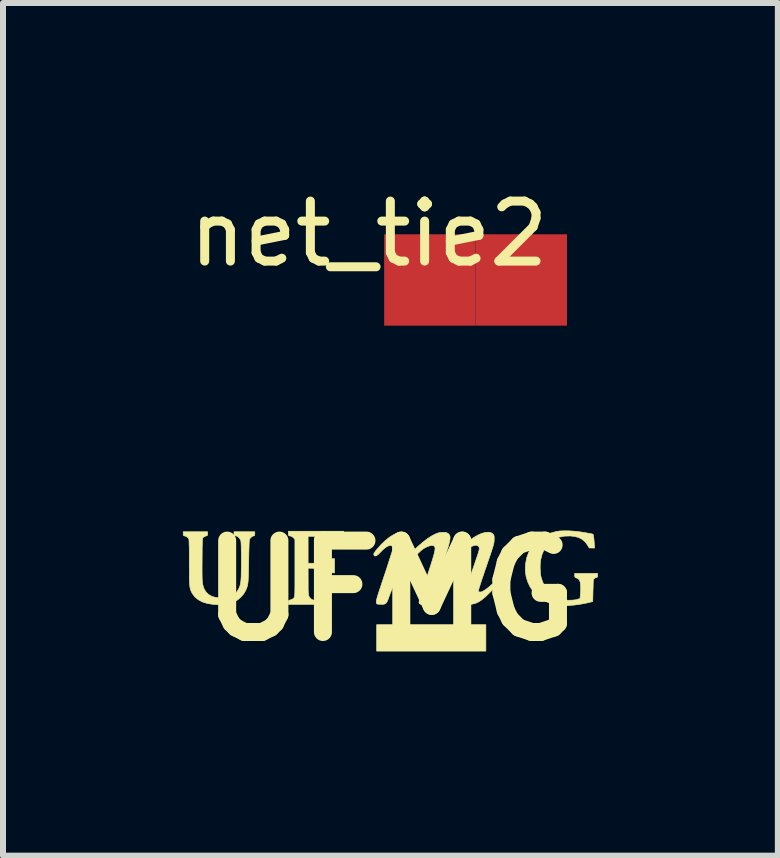
<source format=kicad_pcb>
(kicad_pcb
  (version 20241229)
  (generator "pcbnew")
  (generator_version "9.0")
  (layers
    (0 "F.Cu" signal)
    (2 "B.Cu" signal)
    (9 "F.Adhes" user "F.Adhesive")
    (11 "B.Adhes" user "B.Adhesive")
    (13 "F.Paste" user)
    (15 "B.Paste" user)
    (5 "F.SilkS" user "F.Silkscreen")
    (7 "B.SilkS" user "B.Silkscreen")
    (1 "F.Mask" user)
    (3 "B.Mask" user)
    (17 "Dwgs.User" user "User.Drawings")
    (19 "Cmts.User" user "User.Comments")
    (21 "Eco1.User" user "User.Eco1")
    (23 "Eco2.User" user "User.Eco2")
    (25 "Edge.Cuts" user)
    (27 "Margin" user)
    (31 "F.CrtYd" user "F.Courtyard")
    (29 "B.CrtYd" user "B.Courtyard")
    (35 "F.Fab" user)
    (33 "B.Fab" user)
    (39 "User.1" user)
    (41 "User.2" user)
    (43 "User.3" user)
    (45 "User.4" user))
  (footprint "net_tie2"
    (layer "F.Cu")
    (at 3.101 0.348)
    (property "Reference" "net_tie2" (at 0 0.5 0) (layer "F.SilkS") (effects (font (size 1 1) (thickness 0.15))))
    (attr through_hole)
    (pad "1" smd rect (at 1.016 1.27) (size 1.524 1.524) (layers "F.Cu" "F.Mask" "F.Paste"))
    (pad "2" smd rect (at 2.54 1.27) (size 1.524 1.524) (layers "F.Cu" "F.Mask" "F.Paste")))
  (footprint "UFMG"
    (layer "F.Cu")
    (at 3.459 6.798)
    (property "Reference" "UFMG" (at 0 0 0) (layer "F.SilkS") (effects (font (size 1.524 1.524) (thickness 0.3))))
    (attr through_hole)
    (fp_poly (pts (xy 1.592 1.008) (xy -0.229 1.008) (xy -0.229 0.567) (xy 1.592 0.567) (xy 1.592 1.008)) (stroke (width 0.01) (type solid)) (fill yes) (layer "F.SilkS"))
    (fp_poly (pts (xy -0.779 -0.959) (xy -0.778 -0.935) (xy -0.776 -0.901) (xy -0.774 -0.863) (xy -0.773 -0.857) (xy -0.768 -0.787) (xy -0.806 -0.787) (xy -0.831 -0.789) (xy -0.844 -0.794) (xy -0.853 -0.808) (xy -0.855 -0.812) (xy -0.877 -0.845) (xy -0.91 -0.874) (xy -0.94 -0.889) (xy -0.96 -0.894) (xy -0.995 -0.897) (xy -1.045 -0.9) (xy -1.111 -0.903) (xy -1.171 -0.904) (xy -1.372 -0.907) (xy -1.372 -0.457) (xy -1.219 -0.457) (xy -1.154 -0.458) (xy -1.105 -0.459) (xy -1.067 -0.463) (xy -1.04 -0.469) (xy -1.02 -0.478) (xy -1.006 -0.49) (xy -0.996 -0.506) (xy -0.995 -0.507) (xy -0.981 -0.526) (xy -0.963 -0.533) (xy -0.957 -0.533) (xy -0.931 -0.533) (xy -0.931 -0.296) (xy -0.959 -0.296) (xy -0.982 -0.3) (xy -0.995 -0.314) (xy -0.995 -0.315) (xy -1.008 -0.333) (xy -1.027 -0.35) (xy -1.027 -0.35) (xy -1.036 -0.356) (xy -1.048 -0.361) (xy -1.065 -0.364) (xy -1.088 -0.367) (xy -1.122 -0.369) (xy -1.168 -0.37) (xy -1.211 -0.371) (xy -1.372 -0.375) (xy -1.371 -0.156) (xy -1.371 -0.088) (xy -1.371 -0.034) (xy -1.37 0.006) (xy -1.368 0.037) (xy -1.366 0.06) (xy -1.363 0.076) (xy -1.359 0.09) (xy -1.356 0.098) (xy -1.332 0.131) (xy -1.297 0.153) (xy -1.256 0.161) (xy -1.254 0.161) (xy -1.237 0.162) (xy -1.23 0.169) (xy -1.228 0.187) (xy -1.228 0.195) (xy -1.228 0.229) (xy -1.702 0.229) (xy -1.702 0.196) (xy -1.701 0.175) (xy -1.695 0.164) (xy -1.679 0.157) (xy -1.664 0.153) (xy -1.632 0.14) (xy -1.609 0.122) (xy -1.606 0.117) (xy -1.602 0.111) (xy -1.6 0.102) (xy -1.598 0.091) (xy -1.596 0.074) (xy -1.594 0.051) (xy -1.593 0.021) (xy -1.593 -0.019) (xy -1.592 -0.069) (xy -1.592 -0.131) (xy -1.592 -0.205) (xy -1.592 -0.295) (xy -1.592 -0.377) (xy -1.592 -0.854) (xy -1.614 -0.88) (xy -1.643 -0.903) (xy -1.669 -0.911) (xy -1.689 -0.915) (xy -1.699 -0.923) (xy -1.702 -0.939) (xy -1.702 -0.954) (xy -1.702 -0.991) (xy -0.779 -0.991) (xy -0.779 -0.959)) (stroke (width 0.01) (type solid)) (fill yes) (layer "F.SilkS"))
    (fp_poly (pts (xy 2.981 -0.997) (xy 3.068 -0.991) (xy 3.158 -0.981) (xy 3.23 -0.97) (xy 3.275 -0.962) (xy 3.315 -0.955) (xy 3.347 -0.949) (xy 3.367 -0.945) (xy 3.371 -0.943) (xy 3.377 -0.941) (xy 3.381 -0.934) (xy 3.385 -0.922) (xy 3.388 -0.902) (xy 3.392 -0.872) (xy 3.396 -0.829) (xy 3.4 -0.777) (xy 3.405 -0.711) (xy 3.36 -0.711) (xy 3.315 -0.712) (xy 3.289 -0.755) (xy 3.249 -0.811) (xy 3.2 -0.854) (xy 3.142 -0.885) (xy 3.074 -0.904) (xy 2.997 -0.912) (xy 2.901 -0.909) (xy 2.814 -0.892) (xy 2.736 -0.86) (xy 2.668 -0.815) (xy 2.611 -0.757) (xy 2.564 -0.686) (xy 2.528 -0.603) (xy 2.506 -0.516) (xy 2.5 -0.47) (xy 2.497 -0.415) (xy 2.498 -0.355) (xy 2.501 -0.298) (xy 2.507 -0.249) (xy 2.511 -0.231) (xy 2.539 -0.143) (xy 2.58 -0.063) (xy 2.631 0.006) (xy 2.691 0.064) (xy 2.759 0.108) (xy 2.769 0.112) (xy 2.805 0.128) (xy 2.843 0.142) (xy 2.874 0.151) (xy 2.877 0.152) (xy 2.924 0.158) (xy 2.979 0.16) (xy 3.034 0.158) (xy 3.084 0.153) (xy 3.116 0.145) (xy 3.162 0.131) (xy 3.17 0.034) (xy 3.173 -0.033) (xy 3.171 -0.091) (xy 3.165 -0.138) (xy 3.154 -0.172) (xy 3.145 -0.187) (xy 3.127 -0.2) (xy 3.103 -0.212) (xy 3.102 -0.212) (xy 3.083 -0.22) (xy 3.075 -0.231) (xy 3.073 -0.253) (xy 3.073 -0.255) (xy 3.073 -0.288) (xy 3.454 -0.288) (xy 3.454 -0.254) (xy 3.453 -0.232) (xy 3.447 -0.222) (xy 3.438 -0.22) (xy 3.42 -0.215) (xy 3.402 -0.204) (xy 3.396 -0.198) (xy 3.391 -0.191) (xy 3.387 -0.181) (xy 3.384 -0.165) (xy 3.382 -0.141) (xy 3.381 -0.107) (xy 3.38 -0.06) (xy 3.378 -0.003) (xy 3.374 0.181) (xy 3.315 0.196) (xy 3.235 0.214) (xy 3.15 0.229) (xy 3.064 0.24) (xy 2.981 0.247) (xy 2.905 0.25) (xy 2.839 0.248) (xy 2.817 0.245) (xy 2.712 0.225) (xy 2.616 0.191) (xy 2.529 0.144) (xy 2.452 0.086) (xy 2.386 0.018) (xy 2.331 -0.059) (xy 2.29 -0.145) (xy 2.262 -0.237) (xy 2.249 -0.334) (xy 2.252 -0.437) (xy 2.253 -0.444) (xy 2.272 -0.546) (xy 2.306 -0.64) (xy 2.354 -0.725) (xy 2.414 -0.8) (xy 2.487 -0.865) (xy 2.572 -0.918) (xy 2.667 -0.959) (xy 2.768 -0.987) (xy 2.827 -0.995) (xy 2.899 -0.998) (xy 2.981 -0.997)) (stroke (width 0.01) (type solid)) (fill yes) (layer "F.SilkS"))
    (fp_poly (pts (xy -3.048 -0.949) (xy -3.049 -0.928) (xy -3.056 -0.917) (xy -3.073 -0.912) (xy -3.076 -0.911) (xy -3.101 -0.902) (xy -3.121 -0.888) (xy -3.125 -0.883) (xy -3.128 -0.876) (xy -3.131 -0.865) (xy -3.133 -0.85) (xy -3.135 -0.828) (xy -3.136 -0.797) (xy -3.137 -0.757) (xy -3.138 -0.706) (xy -3.138 -0.641) (xy -3.139 -0.562) (xy -3.139 -0.516) (xy -3.14 -0.425) (xy -3.14 -0.348) (xy -3.14 -0.285) (xy -3.139 -0.234) (xy -3.138 -0.193) (xy -3.136 -0.161) (xy -3.134 -0.135) (xy -3.131 -0.114) (xy -3.129 -0.101) (xy -3.108 -0.034) (xy -3.075 0.021) (xy -3.031 0.064) (xy -2.975 0.096) (xy -2.907 0.115) (xy -2.826 0.122) (xy -2.811 0.122) (xy -2.733 0.116) (xy -2.668 0.1) (xy -2.614 0.072) (xy -2.571 0.034) (xy -2.538 -0.015) (xy -2.525 -0.039) (xy -2.515 -0.063) (xy -2.506 -0.087) (xy -2.5 -0.115) (xy -2.495 -0.147) (xy -2.491 -0.187) (xy -2.488 -0.234) (xy -2.487 -0.293) (xy -2.486 -0.364) (xy -2.485 -0.449) (xy -2.485 -0.491) (xy -2.485 -0.58) (xy -2.486 -0.653) (xy -2.487 -0.712) (xy -2.488 -0.758) (xy -2.49 -0.793) (xy -2.492 -0.818) (xy -2.495 -0.835) (xy -2.496 -0.84) (xy -2.514 -0.872) (xy -2.539 -0.897) (xy -2.568 -0.912) (xy -2.583 -0.914) (xy -2.599 -0.916) (xy -2.606 -0.923) (xy -2.608 -0.942) (xy -2.608 -0.948) (xy -2.608 -0.982) (xy -2.261 -0.982) (xy -2.261 -0.948) (xy -2.262 -0.926) (xy -2.268 -0.916) (xy -2.276 -0.914) (xy -2.298 -0.908) (xy -2.321 -0.891) (xy -2.341 -0.869) (xy -2.348 -0.856) (xy -2.351 -0.841) (xy -2.354 -0.81) (xy -2.356 -0.763) (xy -2.358 -0.699) (xy -2.36 -0.619) (xy -2.362 -0.522) (xy -2.363 -0.487) (xy -2.364 -0.395) (xy -2.366 -0.318) (xy -2.367 -0.254) (xy -2.37 -0.201) (xy -2.372 -0.159) (xy -2.376 -0.124) (xy -2.381 -0.094) (xy -2.387 -0.069) (xy -2.395 -0.046) (xy -2.404 -0.023) (xy -2.416 0.001) (xy -2.418 0.006) (xy -2.448 0.056) (xy -2.49 0.104) (xy -2.537 0.146) (xy -2.567 0.167) (xy -2.623 0.194) (xy -2.692 0.214) (xy -2.77 0.227) (xy -2.853 0.233) (xy -2.939 0.23) (xy -2.961 0.228) (xy -3.055 0.213) (xy -3.137 0.187) (xy -3.205 0.15) (xy -3.261 0.104) (xy -3.303 0.047) (xy -3.306 0.042) (xy -3.316 0.022) (xy -3.325 0.003) (xy -3.332 -0.016) (xy -3.338 -0.038) (xy -3.343 -0.063) (xy -3.346 -0.093) (xy -3.349 -0.131) (xy -3.351 -0.178) (xy -3.352 -0.235) (xy -3.352 -0.305) (xy -3.353 -0.388) (xy -3.353 -0.467) (xy -3.353 -0.57) (xy -3.353 -0.656) (xy -3.354 -0.727) (xy -3.356 -0.782) (xy -3.357 -0.824) (xy -3.359 -0.851) (xy -3.362 -0.866) (xy -3.362 -0.867) (xy -3.378 -0.886) (xy -3.403 -0.903) (xy -3.43 -0.913) (xy -3.441 -0.914) (xy -3.45 -0.919) (xy -3.454 -0.936) (xy -3.454 -0.948) (xy -3.454 -0.982) (xy -3.048 -0.982) (xy -3.048 -0.949)) (stroke (width 0.01) (type solid)) (fill yes) (layer "F.SilkS"))
    (fp_poly (pts (xy 1.657 -0.972) (xy 1.678 -0.967) (xy 1.696 -0.955) (xy 1.704 -0.949) (xy 1.717 -0.936) (xy 1.725 -0.924) (xy 1.729 -0.909) (xy 1.731 -0.886) (xy 1.73 -0.854) (xy 1.73 -0.837) (xy 1.729 -0.821) (xy 1.727 -0.804) (xy 1.723 -0.784) (xy 1.717 -0.761) (xy 1.709 -0.732) (xy 1.697 -0.695) (xy 1.683 -0.65) (xy 1.664 -0.594) (xy 1.641 -0.526) (xy 1.613 -0.445) (xy 1.597 -0.398) (xy 1.57 -0.32) (xy 1.546 -0.247) (xy 1.523 -0.181) (xy 1.504 -0.122) (xy 1.488 -0.072) (xy 1.476 -0.033) (xy 1.469 -0.007) (xy 1.467 0.004) (xy 1.467 0.004) (xy 1.475 0.018) (xy 1.495 0.024) (xy 1.521 0.019) (xy 1.555 0.002) (xy 1.598 -0.026) (xy 1.646 -0.064) (xy 1.679 -0.093) (xy 1.716 -0.124) (xy 1.743 -0.14) (xy 1.763 -0.142) (xy 1.774 -0.13) (xy 1.776 -0.12) (xy 1.776 -0.11) (xy 1.772 -0.098) (xy 1.762 -0.082) (xy 1.746 -0.062) (xy 1.721 -0.034) (xy 1.687 0.002) (xy 1.648 0.041) (xy 1.584 0.103) (xy 1.526 0.151) (xy 1.472 0.187) (xy 1.42 0.211) (xy 1.369 0.224) (xy 1.316 0.229) (xy 1.316 0.229) (xy 1.284 0.228) (xy 1.263 0.224) (xy 1.248 0.215) (xy 1.241 0.208) (xy 1.225 0.186) (xy 1.215 0.159) (xy 1.214 0.155) (xy 1.213 0.15) (xy 1.212 0.144) (xy 1.212 0.138) (xy 1.212 0.13) (xy 1.214 0.119) (xy 1.218 0.105) (xy 1.223 0.085) (xy 1.232 0.059) (xy 1.242 0.026) (xy 1.256 -0.015) (xy 1.273 -0.066) (xy 1.294 -0.128) (xy 1.32 -0.202) (xy 1.349 -0.288) (xy 1.384 -0.388) (xy 1.417 -0.485) (xy 1.439 -0.549) (xy 1.456 -0.6) (xy 1.468 -0.638) (xy 1.476 -0.667) (xy 1.481 -0.688) (xy 1.483 -0.703) (xy 1.482 -0.714) (xy 1.48 -0.72) (xy 1.464 -0.746) (xy 1.439 -0.758) (xy 1.405 -0.756) (xy 1.363 -0.741) (xy 1.313 -0.712) (xy 1.256 -0.67) (xy 1.191 -0.615) (xy 1.145 -0.572) (xy 1.059 -0.486) (xy 0.985 -0.403) (xy 0.92 -0.32) (xy 0.862 -0.234) (xy 0.809 -0.142) (xy 0.759 -0.04) (xy 0.709 0.075) (xy 0.699 0.098) (xy 0.679 0.147) (xy 0.663 0.183) (xy 0.65 0.206) (xy 0.639 0.221) (xy 0.63 0.228) (xy 0.603 0.234) (xy 0.569 0.237) (xy 0.533 0.235) (xy 0.505 0.228) (xy 0.5 0.226) (xy 0.483 0.212) (xy 0.476 0.197) (xy 0.478 0.185) (xy 0.485 0.159) (xy 0.496 0.12) (xy 0.511 0.07) (xy 0.53 0.011) (xy 0.552 -0.057) (xy 0.576 -0.131) (xy 0.602 -0.209) (xy 0.606 -0.221) (xy 0.639 -0.322) (xy 0.667 -0.408) (xy 0.69 -0.481) (xy 0.709 -0.542) (xy 0.723 -0.591) (xy 0.734 -0.632) (xy 0.74 -0.664) (xy 0.744 -0.689) (xy 0.744 -0.708) (xy 0.742 -0.723) (xy 0.738 -0.734) (xy 0.737 -0.735) (xy 0.72 -0.75) (xy 0.692 -0.754) (xy 0.653 -0.747) (xy 0.606 -0.729) (xy 0.592 -0.722) (xy 0.567 -0.709) (xy 0.544 -0.694) (xy 0.519 -0.675) (xy 0.491 -0.65) (xy 0.456 -0.617) (xy 0.412 -0.574) (xy 0.41 -0.572) (xy 0.312 -0.468) (xy 0.227 -0.367) (xy 0.154 -0.267) (xy 0.092 -0.164) (xy 0.039 -0.057) (xy -0.007 0.058) (xy -0.021 0.097) (xy -0.039 0.147) (xy -0.055 0.183) (xy -0.071 0.206) (xy -0.089 0.22) (xy -0.112 0.227) (xy -0.143 0.228) (xy -0.158 0.227) (xy -0.18 0.226) (xy -0.198 0.226) (xy -0.213 0.224) (xy -0.224 0.22) (xy -0.232 0.212) (xy -0.235 0.199) (xy -0.235 0.18) (xy -0.231 0.154) (xy -0.222 0.119) (xy -0.209 0.074) (xy -0.191 0.018) (xy -0.168 -0.051) (xy -0.141 -0.133) (xy -0.109 -0.23) (xy -0.108 -0.231) (xy -0.081 -0.313) (xy -0.055 -0.391) (xy -0.032 -0.464) (xy -0.011 -0.529) (xy 0.007 -0.585) (xy 0.022 -0.63) (xy 0.032 -0.664) (xy 0.038 -0.683) (xy 0.038 -0.687) (xy 0.039 -0.721) (xy 0.028 -0.743) (xy 0.006 -0.753) (xy -0.003 -0.754) (xy -0.035 -0.746) (xy -0.073 -0.725) (xy -0.118 -0.689) (xy -0.167 -0.64) (xy -0.2 -0.607) (xy -0.225 -0.587) (xy -0.244 -0.578) (xy -0.259 -0.578) (xy -0.269 -0.586) (xy -0.277 -0.598) (xy -0.277 -0.613) (xy -0.268 -0.633) (xy -0.248 -0.661) (xy -0.231 -0.682) (xy -0.158 -0.765) (xy -0.086 -0.835) (xy -0.016 -0.891) (xy 0.052 -0.933) (xy 0.115 -0.961) (xy 0.175 -0.973) (xy 0.189 -0.973) (xy 0.219 -0.972) (xy 0.238 -0.968) (xy 0.254 -0.957) (xy 0.263 -0.949) (xy 0.275 -0.935) (xy 0.284 -0.919) (xy 0.288 -0.9) (xy 0.288 -0.876) (xy 0.284 -0.845) (xy 0.275 -0.805) (xy 0.26 -0.755) (xy 0.241 -0.693) (xy 0.215 -0.617) (xy 0.212 -0.608) (xy 0.19 -0.543) (xy 0.173 -0.492) (xy 0.161 -0.454) (xy 0.154 -0.428) (xy 0.151 -0.413) (xy 0.151 -0.407) (xy 0.155 -0.409) (xy 0.159 -0.415) (xy 0.23 -0.502) (xy 0.306 -0.587) (xy 0.385 -0.668) (xy 0.465 -0.743) (xy 0.544 -0.81) (xy 0.619 -0.868) (xy 0.689 -0.913) (xy 0.726 -0.933) (xy 0.764 -0.951) (xy 0.794 -0.962) (xy 0.823 -0.968) (xy 0.858 -0.971) (xy 0.862 -0.971) (xy 0.898 -0.972) (xy 0.922 -0.971) (xy 0.941 -0.965) (xy 0.955 -0.957) (xy 0.972 -0.945) (xy 0.984 -0.931) (xy 0.992 -0.913) (xy 0.995 -0.89) (xy 0.994 -0.86) (xy 0.987 -0.822) (xy 0.976 -0.774) (xy 0.959 -0.715) (xy 0.936 -0.642) (xy 0.915 -0.576) (xy 0.894 -0.509) (xy 0.878 -0.457) (xy 0.867 -0.42) (xy 0.862 -0.397) (xy 0.861 -0.388) (xy 0.865 -0.389) (xy 0.926 -0.462) (xy 0.994 -0.537) (xy 1.066 -0.612) (xy 1.139 -0.684) (xy 1.21 -0.749) (xy 1.275 -0.804) (xy 1.295 -0.82) (xy 1.376 -0.878) (xy 1.45 -0.922) (xy 1.517 -0.953) (xy 1.579 -0.97) (xy 1.627 -0.974) (xy 1.657 -0.972)) (stroke (width 0.01) (type solid)) (fill yes) (layer "F.SilkS")))
  (gr_rect
    (start -3 -3)
    (end 9.919 11.216)
    (stroke (width 0.1) (type default))
    (fill no)
    (layer "Edge.Cuts")))
</source>
